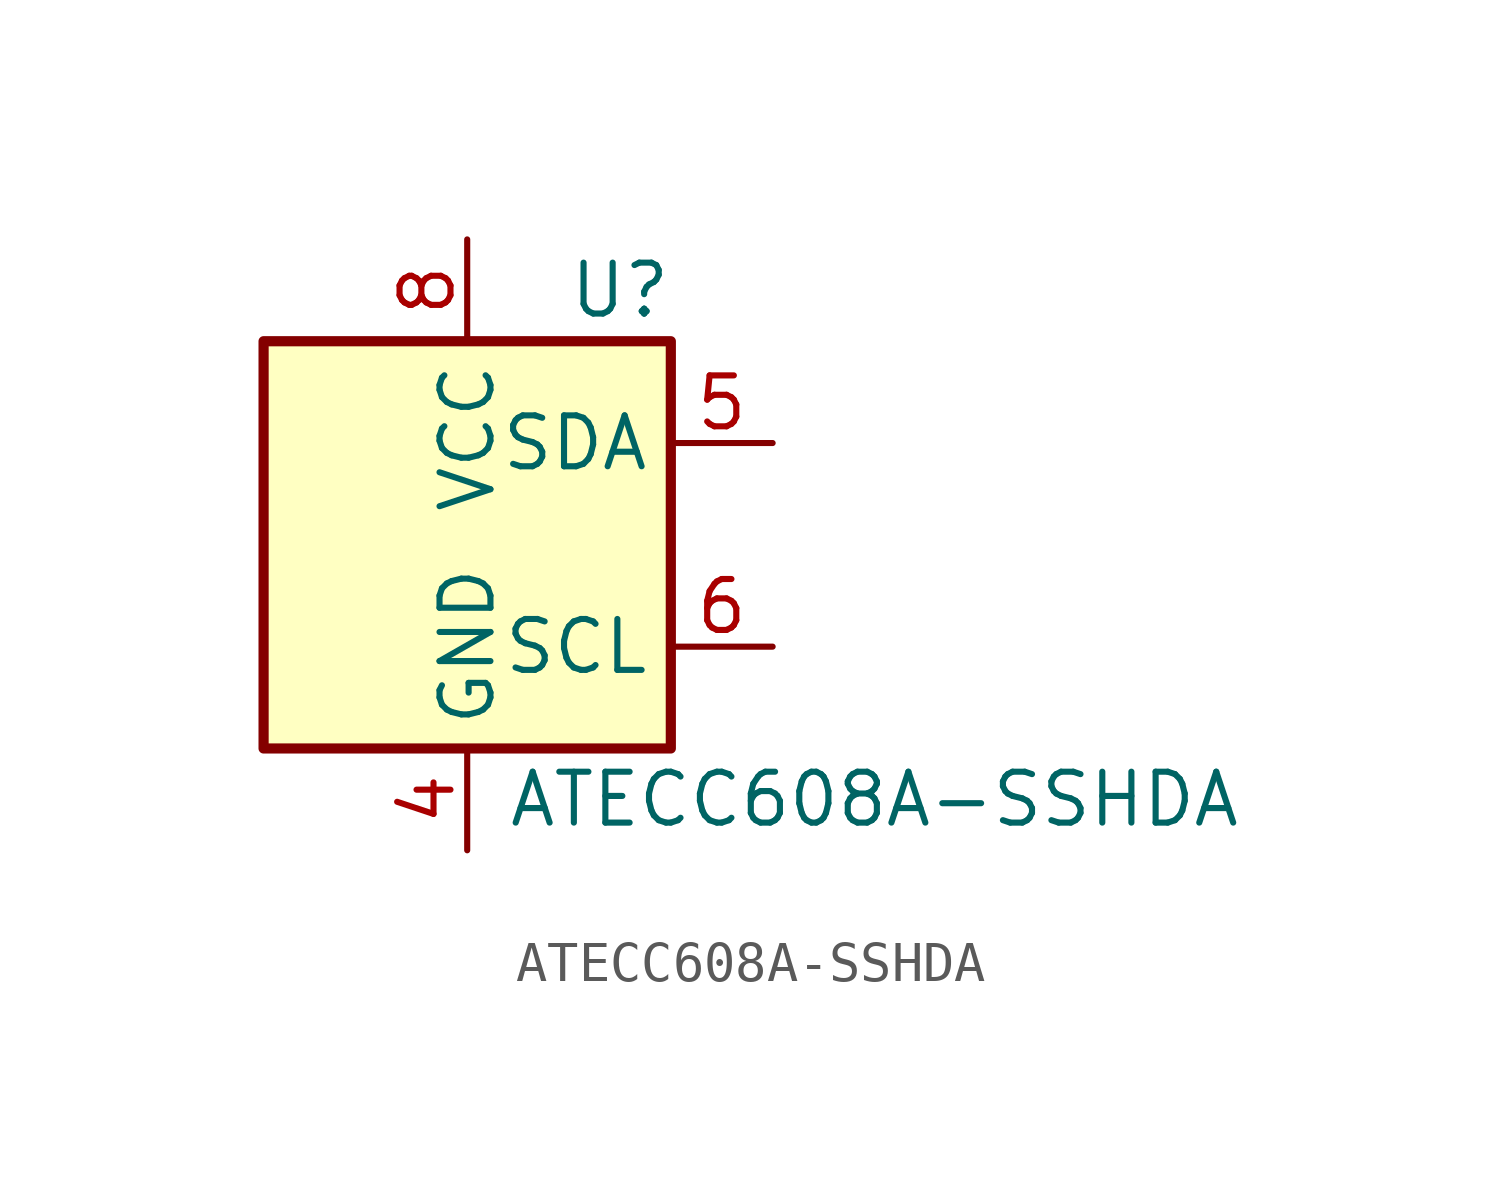
<source format=kicad_sym>
(kicad_symbol_lib
  (version 20220914)
  (generator kicad_symbol_editor)
  (symbol "ATECC608A-SSHDA"
    (property "Reference" "U"
      (at 3.81 6.35 0)
      (effects (font (size 1.27 1.27))))
    (property "Value" "ATECC608A-SSHDA"
      (at 10.16 -6.35 0)
      (effects (font (size 1.27 1.27))))
    (symbol "ATECC608A-SSHDA_0_1"
      (rectangle (start -5.08 5.08) (end 5.08 -5.08) (stroke (width 0.254) (type default)) (fill (type background))))
    (symbol "ATECC608A-SSHDA_1_1"
      (pin no_connect line (at -5.08 2.54 0) (length 2.54) hide (name "NC" (effects (font (size 1.27 1.27)))) (number "1" (effects (font (size 1.27 1.27)))))
      (pin no_connect line (at -5.08 0 0) (length 2.54) hide (name "NC" (effects (font (size 1.27 1.27)))) (number "2" (effects (font (size 1.27 1.27)))))
      (pin no_connect line (at -5.08 -2.54 0) (length 2.54) hide (name "NC" (effects (font (size 1.27 1.27)))) (number "3" (effects (font (size 1.27 1.27)))))
      (pin power_in line (at 0 -7.62 90) (length 2.54) (name "GND" (effects (font (size 1.27 1.27)))) (number "4" (effects (font (size 1.27 1.27)))))
      (pin bidirectional line (at 7.62 2.54 180) (length 2.54) (name "SDA" (effects (font (size 1.27 1.27)))) (number "5" (effects (font (size 1.27 1.27)))))
      (pin input line (at 7.62 -2.54 180) (length 2.54) (name "SCL" (effects (font (size 1.27 1.27)))) (number "6" (effects (font (size 1.27 1.27)))))
      (pin no_connect line (at 5.08 0 180) (length 2.54) hide (name "NC" (effects (font (size 1.27 1.27)))) (number "7" (effects (font (size 1.27 1.27)))))
      (pin power_in line (at 0 7.62 270) (length 2.54) (name "VCC" (effects (font (size 1.27 1.27)))) (number "8" (effects (font (size 1.27 1.27))))))))
</source>
